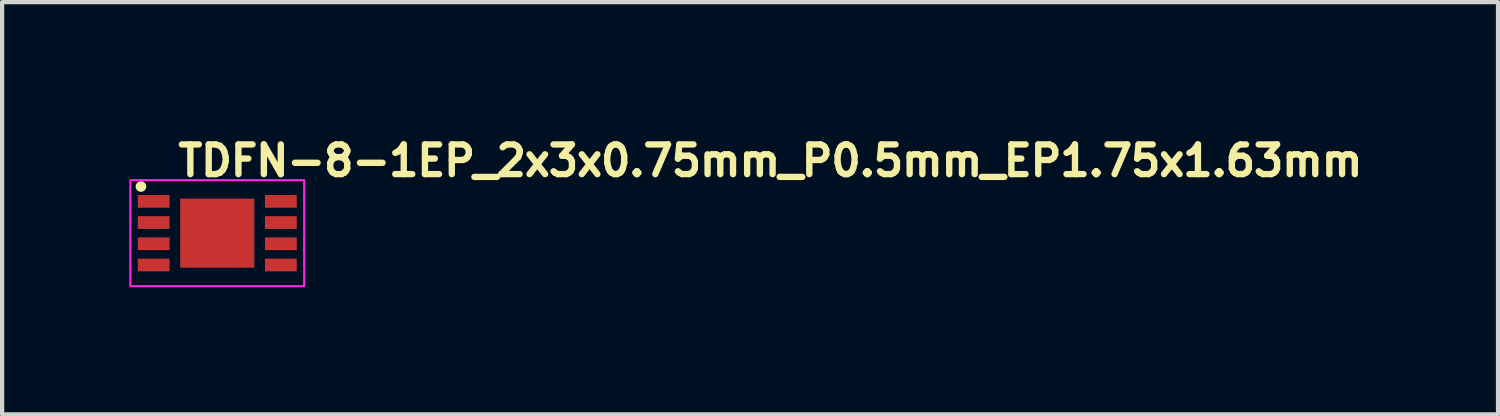
<source format=kicad_pcb>
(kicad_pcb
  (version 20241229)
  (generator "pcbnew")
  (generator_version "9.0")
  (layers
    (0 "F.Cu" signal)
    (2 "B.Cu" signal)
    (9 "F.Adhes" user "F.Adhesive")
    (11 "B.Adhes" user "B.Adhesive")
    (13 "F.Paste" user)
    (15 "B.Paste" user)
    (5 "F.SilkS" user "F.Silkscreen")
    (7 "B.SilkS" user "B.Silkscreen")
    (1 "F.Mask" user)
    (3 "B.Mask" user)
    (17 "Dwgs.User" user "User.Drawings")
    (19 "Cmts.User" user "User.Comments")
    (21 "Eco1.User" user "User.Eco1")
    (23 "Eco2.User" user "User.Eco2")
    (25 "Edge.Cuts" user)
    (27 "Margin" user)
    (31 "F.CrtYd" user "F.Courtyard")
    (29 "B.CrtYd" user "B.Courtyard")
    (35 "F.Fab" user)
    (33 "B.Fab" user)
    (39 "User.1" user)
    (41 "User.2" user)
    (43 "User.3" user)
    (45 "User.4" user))
  (footprint "TDFN-8-1EP_2x3x0.75mm_P0.5mm_EP1.75x1.63mm"
    (layer "F.Cu")
    (at 2.075 2.45)
    (property "Reference" "TDFN-8-1EP_2x3x0.75mm_P0.5mm_EP1.75x1.63mm" (at -1 -1.3 0) (layer "F.SilkS") (effects (font (size 0.7 0.7) (thickness 0.15)) (justify left bottom)))
    (attr smd)
    (fp_circle (center -1.8 -1.1) (end -1.75 -1.1) (stroke (width 0.15) (type solid)) (fill yes) (layer "F.SilkS"))
    (fp_rect (start -2.05 -1.25) (end 2.05 1.25) (stroke (width 0.05) (type default)) (fill no) (layer "F.CrtYd"))
    (fp_rect (start -1.55 -1) (end 1.55 1) (stroke (width 0.1) (type solid)) (fill no) (layer "User.5"))
    (fp_line (start -1.55 -0.87) (end -1.5 -0.87) (stroke (width 0.02) (type solid)) (layer "User.9"))
    (fp_line (start -1.55 -0.63) (end -1.55 -0.87) (stroke (width 0.02) (type solid)) (layer "User.9"))
    (fp_line (start -1.55 -0.63) (end -1.5 -0.63) (stroke (width 0.02) (type solid)) (layer "User.9"))
    (fp_line (start -1.55 -0.37) (end -1.5 -0.37) (stroke (width 0.02) (type solid)) (layer "User.9"))
    (fp_line (start -1.55 -0.13) (end -1.55 -0.37) (stroke (width 0.02) (type solid)) (layer "User.9"))
    (fp_line (start -1.55 -0.13) (end -1.5 -0.13) (stroke (width 0.02) (type solid)) (layer "User.9"))
    (fp_line (start -1.55 0.13) (end -1.5 0.13) (stroke (width 0.02) (type solid)) (layer "User.9"))
    (fp_line (start -1.55 0.37) (end -1.55 0.13) (stroke (width 0.02) (type solid)) (layer "User.9"))
    (fp_line (start -1.55 0.37) (end -1.5 0.37) (stroke (width 0.02) (type solid)) (layer "User.9"))
    (fp_line (start -1.55 0.63) (end -1.5 0.63) (stroke (width 0.02) (type solid)) (layer "User.9"))
    (fp_line (start -1.55 0.87) (end -1.55 0.63) (stroke (width 0.02) (type solid)) (layer "User.9"))
    (fp_line (start -1.55 0.87) (end -1.5 0.87) (stroke (width 0.02) (type solid)) (layer "User.9"))
    (fp_line (start -1.5 -1) (end 1.5 -1) (stroke (width 0.02) (type solid)) (layer "User.9"))
    (fp_line (start -1.5 1) (end -1.5 -1) (stroke (width 0.02) (type solid)) (layer "User.9"))
    (fp_line (start -1.5 1) (end 1.5 1) (stroke (width 0.02) (type solid)) (layer "User.9"))
    (fp_line (start -1.374 -0.766) (end -1.374 -0.734) (stroke (width 0.02) (type solid)) (layer "User.9"))
    (fp_line (start -1.374 -0.734) (end -1.366 -0.704) (stroke (width 0.02) (type solid)) (layer "User.9"))
    (fp_line (start -1.366 -0.796) (end -1.374 -0.766) (stroke (width 0.02) (type solid)) (layer "User.9"))
    (fp_line (start -1.366 -0.704) (end -1.351 -0.677) (stroke (width 0.02) (type solid)) (layer "User.9"))
    (fp_line (start -1.351 -0.823) (end -1.366 -0.796) (stroke (width 0.02) (type solid)) (layer "User.9"))
    (fp_line (start -1.351 -0.677) (end -1.33 -0.654) (stroke (width 0.02) (type solid)) (layer "User.9"))
    (fp_line (start -1.33 -0.846) (end -1.351 -0.823) (stroke (width 0.02) (type solid)) (layer "User.9"))
    (fp_line (start -1.33 -0.654) (end -1.303 -0.637) (stroke (width 0.02) (type solid)) (layer "User.9"))
    (fp_line (start -1.303 -0.863) (end -1.33 -0.846) (stroke (width 0.02) (type solid)) (layer "User.9"))
    (fp_line (start -1.303 -0.637) (end -1.273 -0.627) (stroke (width 0.02) (type solid)) (layer "User.9"))
    (fp_line (start -1.273 -0.873) (end -1.303 -0.863) (stroke (width 0.02) (type solid)) (layer "User.9"))
    (fp_line (start -1.273 -0.627) (end -1.242 -0.625) (stroke (width 0.02) (type solid)) (layer "User.9"))
    (fp_line (start -1.242 -0.875) (end -1.273 -0.873) (stroke (width 0.02) (type solid)) (layer "User.9"))
    (fp_line (start -1.242 -0.625) (end -1.211 -0.631) (stroke (width 0.02) (type solid)) (layer "User.9"))
    (fp_line (start -1.211 -0.869) (end -1.242 -0.875) (stroke (width 0.02) (type solid)) (layer "User.9"))
    (fp_line (start -1.211 -0.631) (end -1.183 -0.644) (stroke (width 0.02) (type solid)) (layer "User.9"))
    (fp_line (start -1.183 -0.856) (end -1.211 -0.869) (stroke (width 0.02) (type solid)) (layer "User.9"))
    (fp_line (start -1.183 -0.644) (end -1.159 -0.664) (stroke (width 0.02) (type solid)) (layer "User.9"))
    (fp_line (start -1.159 -0.836) (end -1.183 -0.856) (stroke (width 0.02) (type solid)) (layer "User.9"))
    (fp_line (start -1.159 -0.664) (end -1.14 -0.69) (stroke (width 0.02) (type solid)) (layer "User.9"))
    (fp_line (start -1.14 -0.81) (end -1.159 -0.836) (stroke (width 0.02) (type solid)) (layer "User.9"))
    (fp_line (start -1.14 -0.69) (end -1.129 -0.719) (stroke (width 0.02) (type solid)) (layer "User.9"))
    (fp_line (start -1.129 -0.781) (end -1.14 -0.81) (stroke (width 0.02) (type solid)) (layer "User.9"))
    (fp_line (start -1.129 -0.719) (end -1.125 -0.75) (stroke (width 0.02) (type solid)) (layer "User.9"))
    (fp_line (start -1.125 -0.75) (end -1.129 -0.781) (stroke (width 0.02) (type solid)) (layer "User.9"))
    (fp_line (start 1.5 -0.87) (end 1.55 -0.87) (stroke (width 0.02) (type solid)) (layer "User.9"))
    (fp_line (start 1.5 -0.63) (end 1.55 -0.63) (stroke (width 0.02) (type solid)) (layer "User.9"))
    (fp_line (start 1.5 -0.37) (end 1.55 -0.37) (stroke (width 0.02) (type solid)) (layer "User.9"))
    (fp_line (start 1.5 -0.13) (end 1.55 -0.13) (stroke (width 0.02) (type solid)) (layer "User.9"))
    (fp_line (start 1.5 0.13) (end 1.55 0.13) (stroke (width 0.02) (type solid)) (layer "User.9"))
    (fp_line (start 1.5 0.37) (end 1.55 0.37) (stroke (width 0.02) (type solid)) (layer "User.9"))
    (fp_line (start 1.5 0.63) (end 1.55 0.63) (stroke (width 0.02) (type solid)) (layer "User.9"))
    (fp_line (start 1.5 0.87) (end 1.55 0.87) (stroke (width 0.02) (type solid)) (layer "User.9"))
    (fp_line (start 1.5 1) (end 1.5 -1) (stroke (width 0.02) (type solid)) (layer "User.9"))
    (fp_line (start 1.55 -0.63) (end 1.55 -0.87) (stroke (width 0.02) (type solid)) (layer "User.9"))
    (fp_line (start 1.55 -0.13) (end 1.55 -0.37) (stroke (width 0.02) (type solid)) (layer "User.9"))
    (fp_line (start 1.55 0.37) (end 1.55 0.13) (stroke (width 0.02) (type solid)) (layer "User.9"))
    (fp_line (start 1.55 0.87) (end 1.55 0.63) (stroke (width 0.02) (type solid)) (layer "User.9"))
    (pad "1" smd rect (at -1.5 -0.75 90) (size 0.3 0.75) (layers "F.Cu" "F.Mask" "F.Paste"))
    (pad "2" smd rect (at -1.5 -0.25 90) (size 0.3 0.75) (layers "F.Cu" "F.Mask" "F.Paste"))
    (pad "3" smd rect (at -1.5 0.25 90) (size 0.3 0.75) (layers "F.Cu" "F.Mask" "F.Paste"))
    (pad "4" smd rect (at -1.5 0.75 90) (size 0.3 0.75) (layers "F.Cu" "F.Mask" "F.Paste"))
    (pad "5" smd rect (at 1.5 0.75 90) (size 0.3 0.75) (layers "F.Cu" "F.Mask" "F.Paste"))
    (pad "6" smd rect (at 1.5 0.25 90) (size 0.3 0.75) (layers "F.Cu" "F.Mask" "F.Paste"))
    (pad "7" smd rect (at 1.5 -0.25 90) (size 0.3 0.75) (layers "F.Cu" "F.Mask" "F.Paste"))
    (pad "8" smd rect (at 1.5 -0.75 90) (size 0.3 0.75) (layers "F.Cu" "F.Mask" "F.Paste"))
    (pad "9" smd rect (at 0 0 90) (size 1.63 1.75) (layers "F.Cu" "F.Mask" "F.Paste")))
  (gr_rect
    (start -3 -3)
    (end 32.285 6.725)
    (stroke (width 0.1) (type default))
    (fill no)
    (layer "Edge.Cuts")))
</source>
